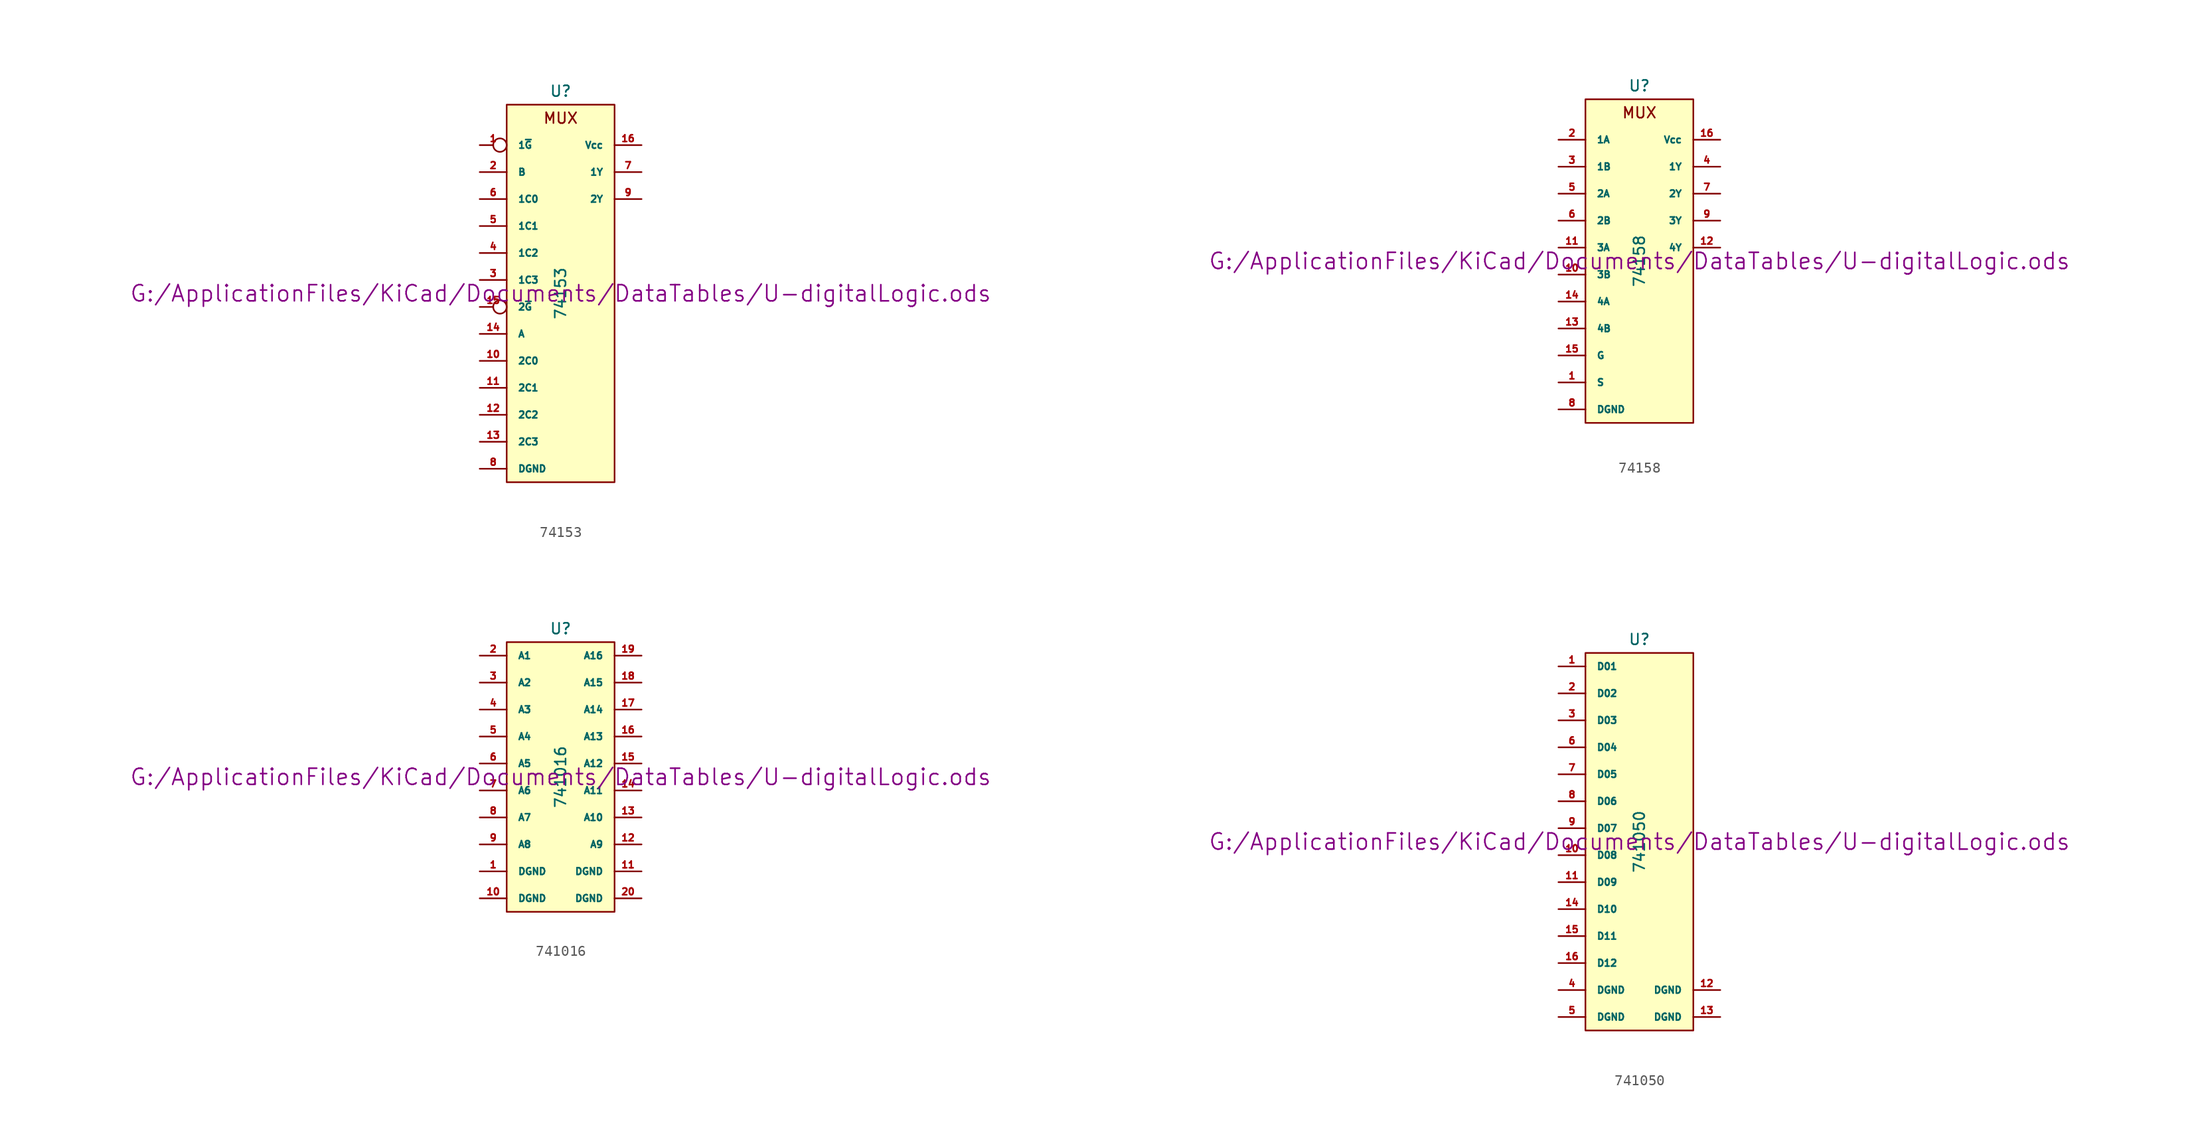
<source format=kicad_sym>
(kicad_symbol_lib
  (version 20211014)
  (generator kicad_symbol_editor)
  (symbol "74153"
    (pin_names
      (offset 1.016))
    (property "Reference" "U"
      (at 0 19.05 0)
      (effects (font (size 1.016 1.016))))
    (property "Value" "74153"
      (at 0 0 90)
      (effects (font (size 1.016 1.016))))
    (property "Footprint" ""
      (at 0 0 0)
      (effects (font (size 1.524 1.524))))
    (property "Datasheet" "G:/ApplicationFiles/KiCad/Documents/DataTables/U-digitalLogic.ods"
      (at 0 0 0)
      (effects (font (size 1.524 1.524))))
    (symbol "74153_0_0"
      (text "MUX" (at 0 16.51 0) (effects (font (size 1.016 1.016)))))
    (symbol "74153_0_1"
      (rectangle (start -5.08 17.78) (end 5.08 -17.78) (stroke (width 0) (type default) (color 0 0 0 0)) (fill (type background))))
    (symbol "74153_1_1"
      (pin input inverted (at -7.62 13.97 0) (length 2.54) (name "1~{G}" (effects (font (size 0.635 0.635)))) (number "1" (effects (font (size 0.635 0.635)))))
      (pin input line (at -7.62 -6.35 0) (length 2.54) (name "2C0" (effects (font (size 0.635 0.635)))) (number "10" (effects (font (size 0.635 0.635)))))
      (pin input line (at -7.62 -8.89 0) (length 2.54) (name "2C1" (effects (font (size 0.635 0.635)))) (number "11" (effects (font (size 0.635 0.635)))))
      (pin input line (at -7.62 -11.43 0) (length 2.54) (name "2C2" (effects (font (size 0.635 0.635)))) (number "12" (effects (font (size 0.635 0.635)))))
      (pin input line (at -7.62 -13.97 0) (length 2.54) (name "2C3" (effects (font (size 0.635 0.635)))) (number "13" (effects (font (size 0.635 0.635)))))
      (pin input line (at -7.62 -3.81 0) (length 2.54) (name "A" (effects (font (size 0.635 0.635)))) (number "14" (effects (font (size 0.635 0.635)))))
      (pin input inverted (at -7.62 -1.27 0) (length 2.54) (name "2~{G}" (effects (font (size 0.635 0.635)))) (number "15" (effects (font (size 0.635 0.635)))))
      (pin power_in line (at 7.62 13.97 180) (length 2.54) (name "Vcc" (effects (font (size 0.635 0.635)))) (number "16" (effects (font (size 0.635 0.635)))))
      (pin input line (at -7.62 11.43 0) (length 2.54) (name "B" (effects (font (size 0.635 0.635)))) (number "2" (effects (font (size 0.635 0.635)))))
      (pin input line (at -7.62 1.27 0) (length 2.54) (name "1C3" (effects (font (size 0.635 0.635)))) (number "3" (effects (font (size 0.635 0.635)))))
      (pin input line (at -7.62 3.81 0) (length 2.54) (name "1C2" (effects (font (size 0.635 0.635)))) (number "4" (effects (font (size 0.635 0.635)))))
      (pin input line (at -7.62 6.35 0) (length 2.54) (name "1C1" (effects (font (size 0.635 0.635)))) (number "5" (effects (font (size 0.635 0.635)))))
      (pin input line (at -7.62 8.89 0) (length 2.54) (name "1C0" (effects (font (size 0.635 0.635)))) (number "6" (effects (font (size 0.635 0.635)))))
      (pin output line (at 7.62 11.43 180) (length 2.54) (name "1Y" (effects (font (size 0.635 0.635)))) (number "7" (effects (font (size 0.635 0.635)))))
      (pin power_in line (at -7.62 -16.51 0) (length 2.54) (name "DGND" (effects (font (size 0.635 0.635)))) (number "8" (effects (font (size 0.635 0.635)))))
      (pin output line (at 7.62 8.89 180) (length 2.54) (name "2Y" (effects (font (size 0.635 0.635)))) (number "9" (effects (font (size 0.635 0.635)))))))
  (symbol "74158"
    (pin_names
      (offset 1.016))
    (property "Reference" "U"
      (at 0 16.51 0)
      (effects (font (size 1.016 1.016))))
    (property "Value" "74158"
      (at 0 0 90)
      (effects (font (size 1.016 1.016))))
    (property "Footprint" ""
      (at 0 0 0)
      (effects (font (size 1.524 1.524))))
    (property "Datasheet" "G:/ApplicationFiles/KiCad/Documents/DataTables/U-digitalLogic.ods"
      (at 0 0 0)
      (effects (font (size 1.524 1.524))))
    (symbol "74158_0_0"
      (text "MUX" (at 0 13.97 0) (effects (font (size 1.016 1.016)))))
    (symbol "74158_0_1"
      (rectangle (start -5.08 15.24) (end 5.08 -15.24) (stroke (width 0) (type default) (color 0 0 0 0)) (fill (type background))))
    (symbol "74158_1_1"
      (pin input line (at -7.62 -11.43 0) (length 2.54) (name "S" (effects (font (size 0.635 0.635)))) (number "1" (effects (font (size 0.635 0.635)))))
      (pin input line (at -7.62 -1.27 0) (length 2.54) (name "3B" (effects (font (size 0.635 0.635)))) (number "10" (effects (font (size 0.635 0.635)))))
      (pin input line (at -7.62 1.27 0) (length 2.54) (name "3A" (effects (font (size 0.635 0.635)))) (number "11" (effects (font (size 0.635 0.635)))))
      (pin output line (at 7.62 1.27 180) (length 2.54) (name "4Y" (effects (font (size 0.635 0.635)))) (number "12" (effects (font (size 0.635 0.635)))))
      (pin input line (at -7.62 -6.35 0) (length 2.54) (name "4B" (effects (font (size 0.635 0.635)))) (number "13" (effects (font (size 0.635 0.635)))))
      (pin input line (at -7.62 -3.81 0) (length 2.54) (name "4A" (effects (font (size 0.635 0.635)))) (number "14" (effects (font (size 0.635 0.635)))))
      (pin input line (at -7.62 -8.89 0) (length 2.54) (name "G" (effects (font (size 0.635 0.635)))) (number "15" (effects (font (size 0.635 0.635)))))
      (pin power_in line (at 7.62 11.43 180) (length 2.54) (name "Vcc" (effects (font (size 0.635 0.635)))) (number "16" (effects (font (size 0.635 0.635)))))
      (pin input line (at -7.62 11.43 0) (length 2.54) (name "1A" (effects (font (size 0.635 0.635)))) (number "2" (effects (font (size 0.635 0.635)))))
      (pin input line (at -7.62 8.89 0) (length 2.54) (name "1B" (effects (font (size 0.635 0.635)))) (number "3" (effects (font (size 0.635 0.635)))))
      (pin output line (at 7.62 8.89 180) (length 2.54) (name "1Y" (effects (font (size 0.635 0.635)))) (number "4" (effects (font (size 0.635 0.635)))))
      (pin input line (at -7.62 6.35 0) (length 2.54) (name "2A" (effects (font (size 0.635 0.635)))) (number "5" (effects (font (size 0.635 0.635)))))
      (pin input line (at -7.62 3.81 0) (length 2.54) (name "2B" (effects (font (size 0.635 0.635)))) (number "6" (effects (font (size 0.635 0.635)))))
      (pin output line (at 7.62 6.35 180) (length 2.54) (name "2Y" (effects (font (size 0.635 0.635)))) (number "7" (effects (font (size 0.635 0.635)))))
      (pin power_in line (at -7.62 -13.97 0) (length 2.54) (name "DGND" (effects (font (size 0.635 0.635)))) (number "8" (effects (font (size 0.635 0.635)))))
      (pin output line (at 7.62 3.81 180) (length 2.54) (name "3Y" (effects (font (size 0.635 0.635)))) (number "9" (effects (font (size 0.635 0.635)))))))
  (symbol "741016"
    (pin_names
      (offset 1.016))
    (property "Reference" "U"
      (at 0 13.97 0)
      (effects (font (size 1.016 1.016))))
    (property "Value" "741016"
      (at 0 0 90)
      (effects (font (size 1.016 1.016))))
    (property "Footprint" ""
      (at 0 0 0)
      (effects (font (size 1.524 1.524))))
    (property "Datasheet" "G:/ApplicationFiles/KiCad/Documents/DataTables/U-digitalLogic.ods"
      (at 0 0 0)
      (effects (font (size 1.524 1.524))))
    (symbol "741016_0_1"
      (rectangle (start -5.08 12.7) (end 5.08 -12.7) (stroke (width 0) (type default) (color 0 0 0 0)) (fill (type background))))
    (symbol "741016_1_1"
      (pin power_in line (at -7.62 -8.89 0) (length 2.54) (name "DGND" (effects (font (size 0.635 0.635)))) (number "1" (effects (font (size 0.635 0.635)))))
      (pin power_in line (at -7.62 -11.43 0) (length 2.54) (name "DGND" (effects (font (size 0.635 0.635)))) (number "10" (effects (font (size 0.635 0.635)))))
      (pin power_in line (at 7.62 -8.89 180) (length 2.54) (name "DGND" (effects (font (size 0.635 0.635)))) (number "11" (effects (font (size 0.635 0.635)))))
      (pin input line (at 7.62 -6.35 180) (length 2.54) (name "A9" (effects (font (size 0.635 0.635)))) (number "12" (effects (font (size 0.635 0.635)))))
      (pin input line (at 7.62 -3.81 180) (length 2.54) (name "A10" (effects (font (size 0.635 0.635)))) (number "13" (effects (font (size 0.635 0.635)))))
      (pin input line (at 7.62 -1.27 180) (length 2.54) (name "A11" (effects (font (size 0.635 0.635)))) (number "14" (effects (font (size 0.635 0.635)))))
      (pin input line (at 7.62 1.27 180) (length 2.54) (name "A12" (effects (font (size 0.635 0.635)))) (number "15" (effects (font (size 0.635 0.635)))))
      (pin input line (at 7.62 3.81 180) (length 2.54) (name "A13" (effects (font (size 0.635 0.635)))) (number "16" (effects (font (size 0.635 0.635)))))
      (pin input line (at 7.62 6.35 180) (length 2.54) (name "A14" (effects (font (size 0.635 0.635)))) (number "17" (effects (font (size 0.635 0.635)))))
      (pin input line (at 7.62 8.89 180) (length 2.54) (name "A15" (effects (font (size 0.635 0.635)))) (number "18" (effects (font (size 0.635 0.635)))))
      (pin input line (at 7.62 11.43 180) (length 2.54) (name "A16" (effects (font (size 0.635 0.635)))) (number "19" (effects (font (size 0.635 0.635)))))
      (pin input line (at -7.62 11.43 0) (length 2.54) (name "A1" (effects (font (size 0.635 0.635)))) (number "2" (effects (font (size 0.635 0.635)))))
      (pin power_in line (at 7.62 -11.43 180) (length 2.54) (name "DGND" (effects (font (size 0.635 0.635)))) (number "20" (effects (font (size 0.635 0.635)))))
      (pin input line (at -7.62 8.89 0) (length 2.54) (name "A2" (effects (font (size 0.635 0.635)))) (number "3" (effects (font (size 0.635 0.635)))))
      (pin input line (at -7.62 6.35 0) (length 2.54) (name "A3" (effects (font (size 0.635 0.635)))) (number "4" (effects (font (size 0.635 0.635)))))
      (pin input line (at -7.62 3.81 0) (length 2.54) (name "A4" (effects (font (size 0.635 0.635)))) (number "5" (effects (font (size 0.635 0.635)))))
      (pin input line (at -7.62 1.27 0) (length 2.54) (name "A5" (effects (font (size 0.635 0.635)))) (number "6" (effects (font (size 0.635 0.635)))))
      (pin input line (at -7.62 -1.27 0) (length 2.54) (name "A6" (effects (font (size 0.635 0.635)))) (number "7" (effects (font (size 0.635 0.635)))))
      (pin input line (at -7.62 -3.81 0) (length 2.54) (name "A7" (effects (font (size 0.635 0.635)))) (number "8" (effects (font (size 0.635 0.635)))))
      (pin input line (at -7.62 -6.35 0) (length 2.54) (name "A8" (effects (font (size 0.635 0.635)))) (number "9" (effects (font (size 0.635 0.635)))))))
  (symbol "741050"
    (pin_names
      (offset 1.016))
    (property "Reference" "U"
      (at 0 19.05 0)
      (effects (font (size 1.016 1.016))))
    (property "Value" "741050"
      (at 0 0 90)
      (effects (font (size 1.016 1.016))))
    (property "Footprint" ""
      (at 0 0 0)
      (effects (font (size 1.524 1.524))))
    (property "Datasheet" "G:/ApplicationFiles/KiCad/Documents/DataTables/U-digitalLogic.ods"
      (at 0 0 0)
      (effects (font (size 1.524 1.524))))
    (symbol "741050_0_1"
      (rectangle (start -5.08 17.78) (end 5.08 -17.78) (stroke (width 0) (type default) (color 0 0 0 0)) (fill (type background))))
    (symbol "741050_1_1"
      (pin input line (at -7.62 16.51 0) (length 2.54) (name "D01" (effects (font (size 0.635 0.635)))) (number "1" (effects (font (size 0.635 0.635)))))
      (pin input line (at -7.62 -1.27 0) (length 2.54) (name "D08" (effects (font (size 0.635 0.635)))) (number "10" (effects (font (size 0.635 0.635)))))
      (pin input line (at -7.62 -3.81 0) (length 2.54) (name "D09" (effects (font (size 0.635 0.635)))) (number "11" (effects (font (size 0.635 0.635)))))
      (pin power_in line (at 7.62 -13.97 180) (length 2.54) (name "DGND" (effects (font (size 0.635 0.635)))) (number "12" (effects (font (size 0.635 0.635)))))
      (pin power_in line (at 7.62 -16.51 180) (length 2.54) (name "DGND" (effects (font (size 0.635 0.635)))) (number "13" (effects (font (size 0.635 0.635)))))
      (pin input line (at -7.62 -6.35 0) (length 2.54) (name "D10" (effects (font (size 0.635 0.635)))) (number "14" (effects (font (size 0.635 0.635)))))
      (pin input line (at -7.62 -8.89 0) (length 2.54) (name "D11" (effects (font (size 0.635 0.635)))) (number "15" (effects (font (size 0.635 0.635)))))
      (pin input line (at -7.62 -11.43 0) (length 2.54) (name "D12" (effects (font (size 0.635 0.635)))) (number "16" (effects (font (size 0.635 0.635)))))
      (pin input line (at -7.62 13.97 0) (length 2.54) (name "D02" (effects (font (size 0.635 0.635)))) (number "2" (effects (font (size 0.635 0.635)))))
      (pin input line (at -7.62 11.43 0) (length 2.54) (name "D03" (effects (font (size 0.635 0.635)))) (number "3" (effects (font (size 0.635 0.635)))))
      (pin power_in line (at -7.62 -13.97 0) (length 2.54) (name "DGND" (effects (font (size 0.635 0.635)))) (number "4" (effects (font (size 0.635 0.635)))))
      (pin power_in line (at -7.62 -16.51 0) (length 2.54) (name "DGND" (effects (font (size 0.635 0.635)))) (number "5" (effects (font (size 0.635 0.635)))))
      (pin input line (at -7.62 8.89 0) (length 2.54) (name "D04" (effects (font (size 0.635 0.635)))) (number "6" (effects (font (size 0.635 0.635)))))
      (pin input line (at -7.62 6.35 0) (length 2.54) (name "D05" (effects (font (size 0.635 0.635)))) (number "7" (effects (font (size 0.635 0.635)))))
      (pin input line (at -7.62 3.81 0) (length 2.54) (name "D06" (effects (font (size 0.635 0.635)))) (number "8" (effects (font (size 0.635 0.635)))))
      (pin input line (at -7.62 1.27 0) (length 2.54) (name "D07" (effects (font (size 0.635 0.635)))) (number "9" (effects (font (size 0.635 0.635))))))))
</source>
